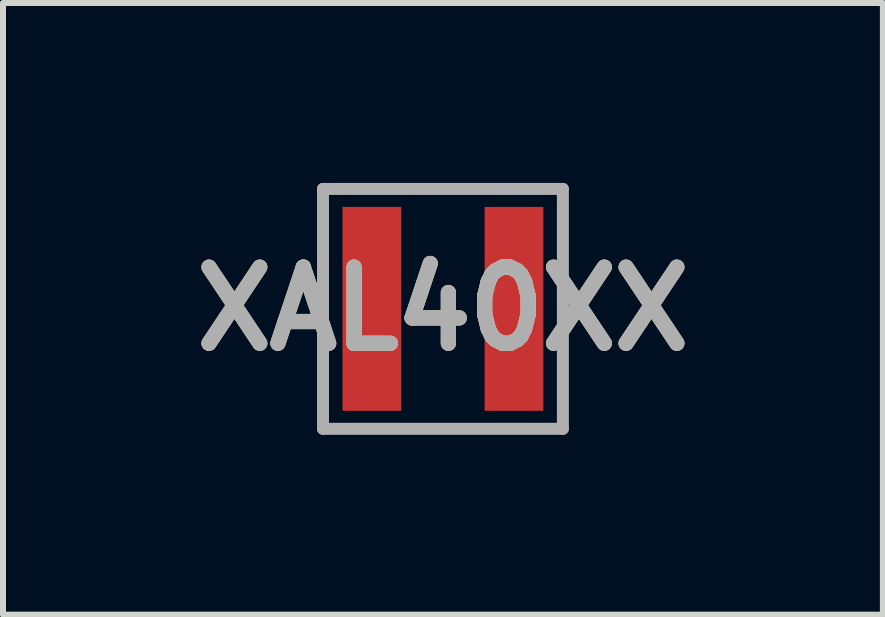
<source format=kicad_pcb>
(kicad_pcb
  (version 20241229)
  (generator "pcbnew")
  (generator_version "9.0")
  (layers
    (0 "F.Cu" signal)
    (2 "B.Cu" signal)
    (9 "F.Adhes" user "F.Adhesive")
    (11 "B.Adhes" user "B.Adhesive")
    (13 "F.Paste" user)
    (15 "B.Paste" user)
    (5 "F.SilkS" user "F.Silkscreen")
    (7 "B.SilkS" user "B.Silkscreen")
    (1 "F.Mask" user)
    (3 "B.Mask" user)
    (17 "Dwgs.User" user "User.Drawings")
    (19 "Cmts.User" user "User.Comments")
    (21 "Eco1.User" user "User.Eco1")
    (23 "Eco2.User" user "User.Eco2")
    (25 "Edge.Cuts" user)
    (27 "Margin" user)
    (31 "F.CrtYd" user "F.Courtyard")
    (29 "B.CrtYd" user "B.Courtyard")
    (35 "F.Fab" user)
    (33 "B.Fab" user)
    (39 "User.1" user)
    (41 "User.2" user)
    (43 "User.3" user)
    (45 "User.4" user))
  (footprint "XAL40XX"
    (layer "F.Cu")
    (at 4.336 2.1)
    (property "Reference" "XAL40XX" (at 0 0 0) (layer "F.SilkS") (effects (font (size 1.27 1.27) (thickness 0.254))))
    (attr smd)
    (fp_line (start -2 -2) (end 2 -2) (stroke (width 0.1) (type solid)) (layer "F.SilkS"))
    (fp_line (start -2 2) (end -2 -2) (stroke (width 0.1) (type solid)) (layer "F.SilkS"))
    (fp_line (start 2 -2) (end 2 2) (stroke (width 0.1) (type solid)) (layer "F.SilkS"))
    (fp_line (start 2 2) (end -2 2) (stroke (width 0.1) (type solid)) (layer "F.SilkS"))
    (fp_line (start -2 -2) (end -2 2) (stroke (width 0.2) (type solid)) (layer "F.Fab"))
    (fp_line (start -2 2) (end 2 2) (stroke (width 0.2) (type solid)) (layer "F.Fab"))
    (fp_line (start 2 -2) (end -2 -2) (stroke (width 0.2) (type solid)) (layer "F.Fab"))
    (fp_line (start 2 2) (end 2 -2) (stroke (width 0.2) (type solid)) (layer "F.Fab"))
    (fp_text user "${REFERENCE}" (at 0 0 0) (layer "F.Fab") (effects (font (size 1.27 1.27) (thickness 0.254))))
    (pad "1" smd rect (at -1.185 0) (size 0.98 3.4) (layers "F.Cu" "F.Mask" "F.Paste"))
    (pad "2" smd rect (at 1.185 0) (size 0.98 3.4) (layers "F.Cu" "F.Mask" "F.Paste")))
  (gr_rect
    (start -3 -3)
    (end 11.672 7.2)
    (stroke (width 0.1) (type default))
    (fill no)
    (layer "Edge.Cuts")))
</source>
